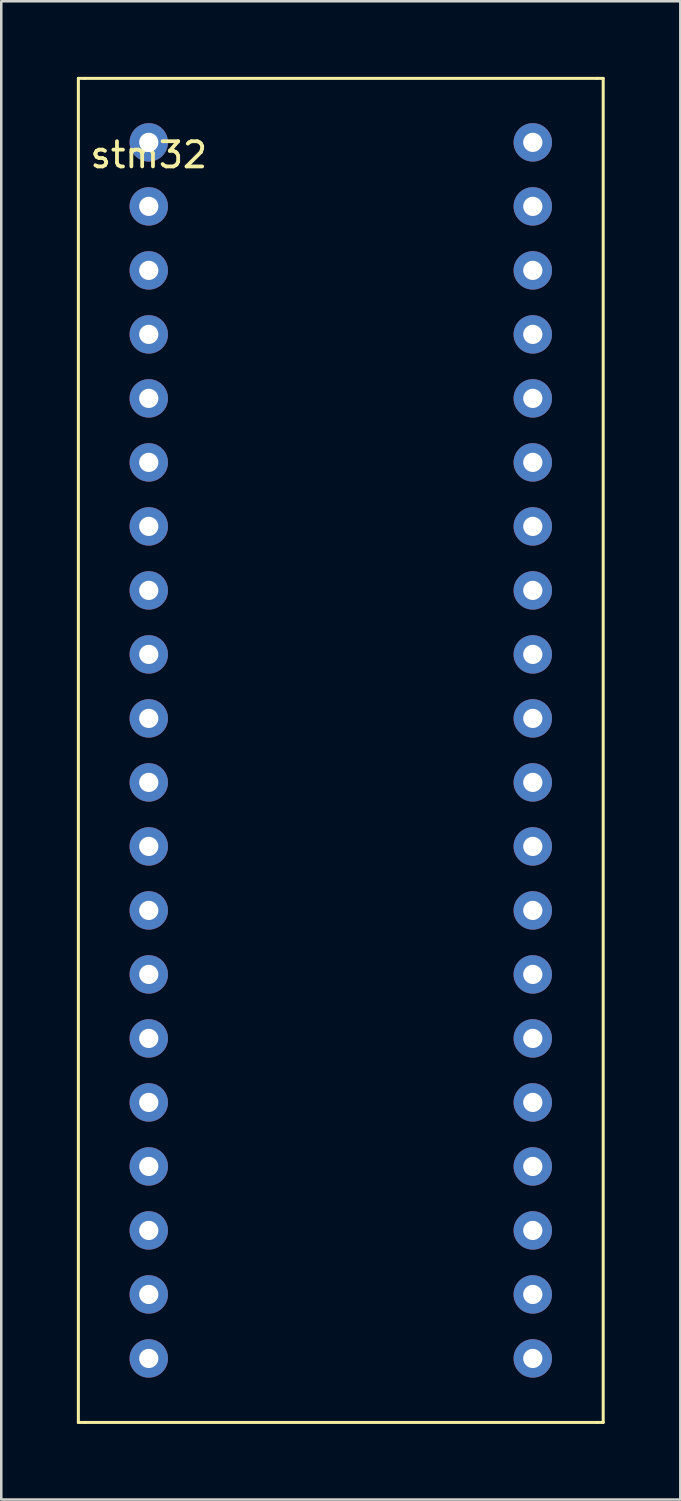
<source format=kicad_pcb>
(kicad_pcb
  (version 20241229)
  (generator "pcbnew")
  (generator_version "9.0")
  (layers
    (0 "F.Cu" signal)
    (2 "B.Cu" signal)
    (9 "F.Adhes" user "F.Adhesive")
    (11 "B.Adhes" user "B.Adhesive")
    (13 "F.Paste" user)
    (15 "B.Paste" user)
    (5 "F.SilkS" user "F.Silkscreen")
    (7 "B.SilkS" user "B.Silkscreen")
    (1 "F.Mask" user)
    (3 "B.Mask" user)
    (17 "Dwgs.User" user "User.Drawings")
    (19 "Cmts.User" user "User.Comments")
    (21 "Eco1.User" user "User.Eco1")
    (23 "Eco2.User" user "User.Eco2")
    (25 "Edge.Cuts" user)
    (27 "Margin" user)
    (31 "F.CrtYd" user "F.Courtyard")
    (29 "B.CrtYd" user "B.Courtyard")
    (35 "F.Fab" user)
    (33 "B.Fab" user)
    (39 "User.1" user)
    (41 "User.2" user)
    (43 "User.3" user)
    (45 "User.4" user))
  (footprint "stm32"
    (layer "F.Cu")
    (at 2.854 2.6)
    (property "Reference" "stm32" (at 0 0.5 0) (layer "F.SilkS") (effects (font (size 1 1) (thickness 0.15))))
    (attr through_hole)
    (fp_line (start -2.794 -2.54) (end -2.794 50.8) (stroke (width 0.12) (type solid)) (layer "F.SilkS"))
    (fp_line (start -2.794 50.8) (end -2.54 50.8) (stroke (width 0.12) (type solid)) (layer "F.SilkS"))
    (fp_line (start -2.54 -2.54) (end -2.794 -2.54) (stroke (width 0.12) (type solid)) (layer "F.SilkS"))
    (fp_line (start -2.54 -2.54) (end 17.78 -2.54) (stroke (width 0.12) (type solid)) (layer "F.SilkS"))
    (fp_line (start 17.78 -2.54) (end 18.034 -2.54) (stroke (width 0.12) (type solid)) (layer "F.SilkS"))
    (fp_line (start 17.78 50.8) (end -2.54 50.8) (stroke (width 0.12) (type solid)) (layer "F.SilkS"))
    (fp_line (start 18.034 -2.54) (end 18.034 50.8) (stroke (width 0.12) (type solid)) (layer "F.SilkS"))
    (fp_line (start 18.034 50.8) (end 17.78 50.8) (stroke (width 0.12) (type solid)) (layer "F.SilkS"))
    (pad "1" thru_hole circle (at 0 0) (size 1.524 1.524) (drill 0.762) (layers "*.Cu" "*.Mask"))
    (pad "2" thru_hole circle (at 0 2.54) (size 1.524 1.524) (drill 0.762) (layers "*.Cu" "*.Mask"))
    (pad "3" thru_hole circle (at 0 5.08) (size 1.524 1.524) (drill 0.762) (layers "*.Cu" "*.Mask"))
    (pad "4" thru_hole circle (at 0 7.62) (size 1.524 1.524) (drill 0.762) (layers "*.Cu" "*.Mask"))
    (pad "5" thru_hole circle (at 0 10.16) (size 1.524 1.524) (drill 0.762) (layers "*.Cu" "*.Mask"))
    (pad "6" thru_hole circle (at 0 12.7) (size 1.524 1.524) (drill 0.762) (layers "*.Cu" "*.Mask"))
    (pad "7" thru_hole circle (at 0 15.24) (size 1.524 1.524) (drill 0.762) (layers "*.Cu" "*.Mask"))
    (pad "8" thru_hole circle (at 0 17.78) (size 1.524 1.524) (drill 0.762) (layers "*.Cu" "*.Mask"))
    (pad "9" thru_hole circle (at 0 20.32) (size 1.524 1.524) (drill 0.762) (layers "*.Cu" "*.Mask"))
    (pad "10" thru_hole circle (at 0 22.86) (size 1.524 1.524) (drill 0.762) (layers "*.Cu" "*.Mask"))
    (pad "11" thru_hole circle (at 0 25.4) (size 1.524 1.524) (drill 0.762) (layers "*.Cu" "*.Mask"))
    (pad "12" thru_hole circle (at 0 27.94) (size 1.524 1.524) (drill 0.762) (layers "*.Cu" "*.Mask"))
    (pad "13" thru_hole circle (at 0 30.48) (size 1.524 1.524) (drill 0.762) (layers "*.Cu" "*.Mask"))
    (pad "14" thru_hole circle (at 0 33.02) (size 1.524 1.524) (drill 0.762) (layers "*.Cu" "*.Mask"))
    (pad "15" thru_hole circle (at 0 35.56) (size 1.524 1.524) (drill 0.762) (layers "*.Cu" "*.Mask"))
    (pad "16" thru_hole circle (at 0 38.1) (size 1.524 1.524) (drill 0.762) (layers "*.Cu" "*.Mask"))
    (pad "17" thru_hole circle (at 0 40.64) (size 1.524 1.524) (drill 0.762) (layers "*.Cu" "*.Mask"))
    (pad "18" thru_hole circle (at 0 43.18) (size 1.524 1.524) (drill 0.762) (layers "*.Cu" "*.Mask"))
    (pad "19" thru_hole circle (at 0 45.72) (size 1.524 1.524) (drill 0.762) (layers "*.Cu" "*.Mask"))
    (pad "20" thru_hole circle (at 0 48.26) (size 1.524 1.524) (drill 0.762) (layers "*.Cu" "*.Mask"))
    (pad "21" thru_hole circle (at 15.24 0) (size 1.524 1.524) (drill 0.762) (layers "*.Cu" "*.Mask"))
    (pad "22" thru_hole circle (at 15.24 2.54) (size 1.524 1.524) (drill 0.762) (layers "*.Cu" "*.Mask"))
    (pad "23" thru_hole circle (at 15.24 5.08) (size 1.524 1.524) (drill 0.762) (layers "*.Cu" "*.Mask"))
    (pad "24" thru_hole circle (at 15.24 7.62) (size 1.524 1.524) (drill 0.762) (layers "*.Cu" "*.Mask"))
    (pad "25" thru_hole circle (at 15.24 10.16) (size 1.524 1.524) (drill 0.762) (layers "*.Cu" "*.Mask"))
    (pad "26" thru_hole circle (at 15.24 12.7) (size 1.524 1.524) (drill 0.762) (layers "*.Cu" "*.Mask"))
    (pad "27" thru_hole circle (at 15.24 15.24) (size 1.524 1.524) (drill 0.762) (layers "*.Cu" "*.Mask"))
    (pad "28" thru_hole circle (at 15.24 17.78) (size 1.524 1.524) (drill 0.762) (layers "*.Cu" "*.Mask"))
    (pad "29" thru_hole circle (at 15.24 20.32) (size 1.524 1.524) (drill 0.762) (layers "*.Cu" "*.Mask"))
    (pad "30" thru_hole circle (at 15.24 22.86) (size 1.524 1.524) (drill 0.762) (layers "*.Cu" "*.Mask"))
    (pad "31" thru_hole circle (at 15.24 25.4) (size 1.524 1.524) (drill 0.762) (layers "*.Cu" "*.Mask"))
    (pad "32" thru_hole circle (at 15.24 27.94) (size 1.524 1.524) (drill 0.762) (layers "*.Cu" "*.Mask"))
    (pad "33" thru_hole circle (at 15.24 30.48) (size 1.524 1.524) (drill 0.762) (layers "*.Cu" "*.Mask"))
    (pad "34" thru_hole circle (at 15.24 33.02) (size 1.524 1.524) (drill 0.762) (layers "*.Cu" "*.Mask"))
    (pad "35" thru_hole circle (at 15.24 35.56) (size 1.524 1.524) (drill 0.762) (layers "*.Cu" "*.Mask"))
    (pad "36" thru_hole circle (at 15.24 38.1) (size 1.524 1.524) (drill 0.762) (layers "*.Cu" "*.Mask"))
    (pad "37" thru_hole circle (at 15.24 40.64) (size 1.524 1.524) (drill 0.762) (layers "*.Cu" "*.Mask"))
    (pad "38" thru_hole circle (at 15.24 43.18) (size 1.524 1.524) (drill 0.762) (layers "*.Cu" "*.Mask"))
    (pad "39" thru_hole circle (at 15.24 45.72) (size 1.524 1.524) (drill 0.762) (layers "*.Cu" "*.Mask"))
    (pad "40" thru_hole circle (at 15.24 48.26) (size 1.524 1.524) (drill 0.762) (layers "*.Cu" "*.Mask")))
  (gr_rect
    (start -3 -3)
    (end 23.948 56.46)
    (stroke (width 0.1) (type default))
    (fill no)
    (layer "Edge.Cuts")))
</source>
